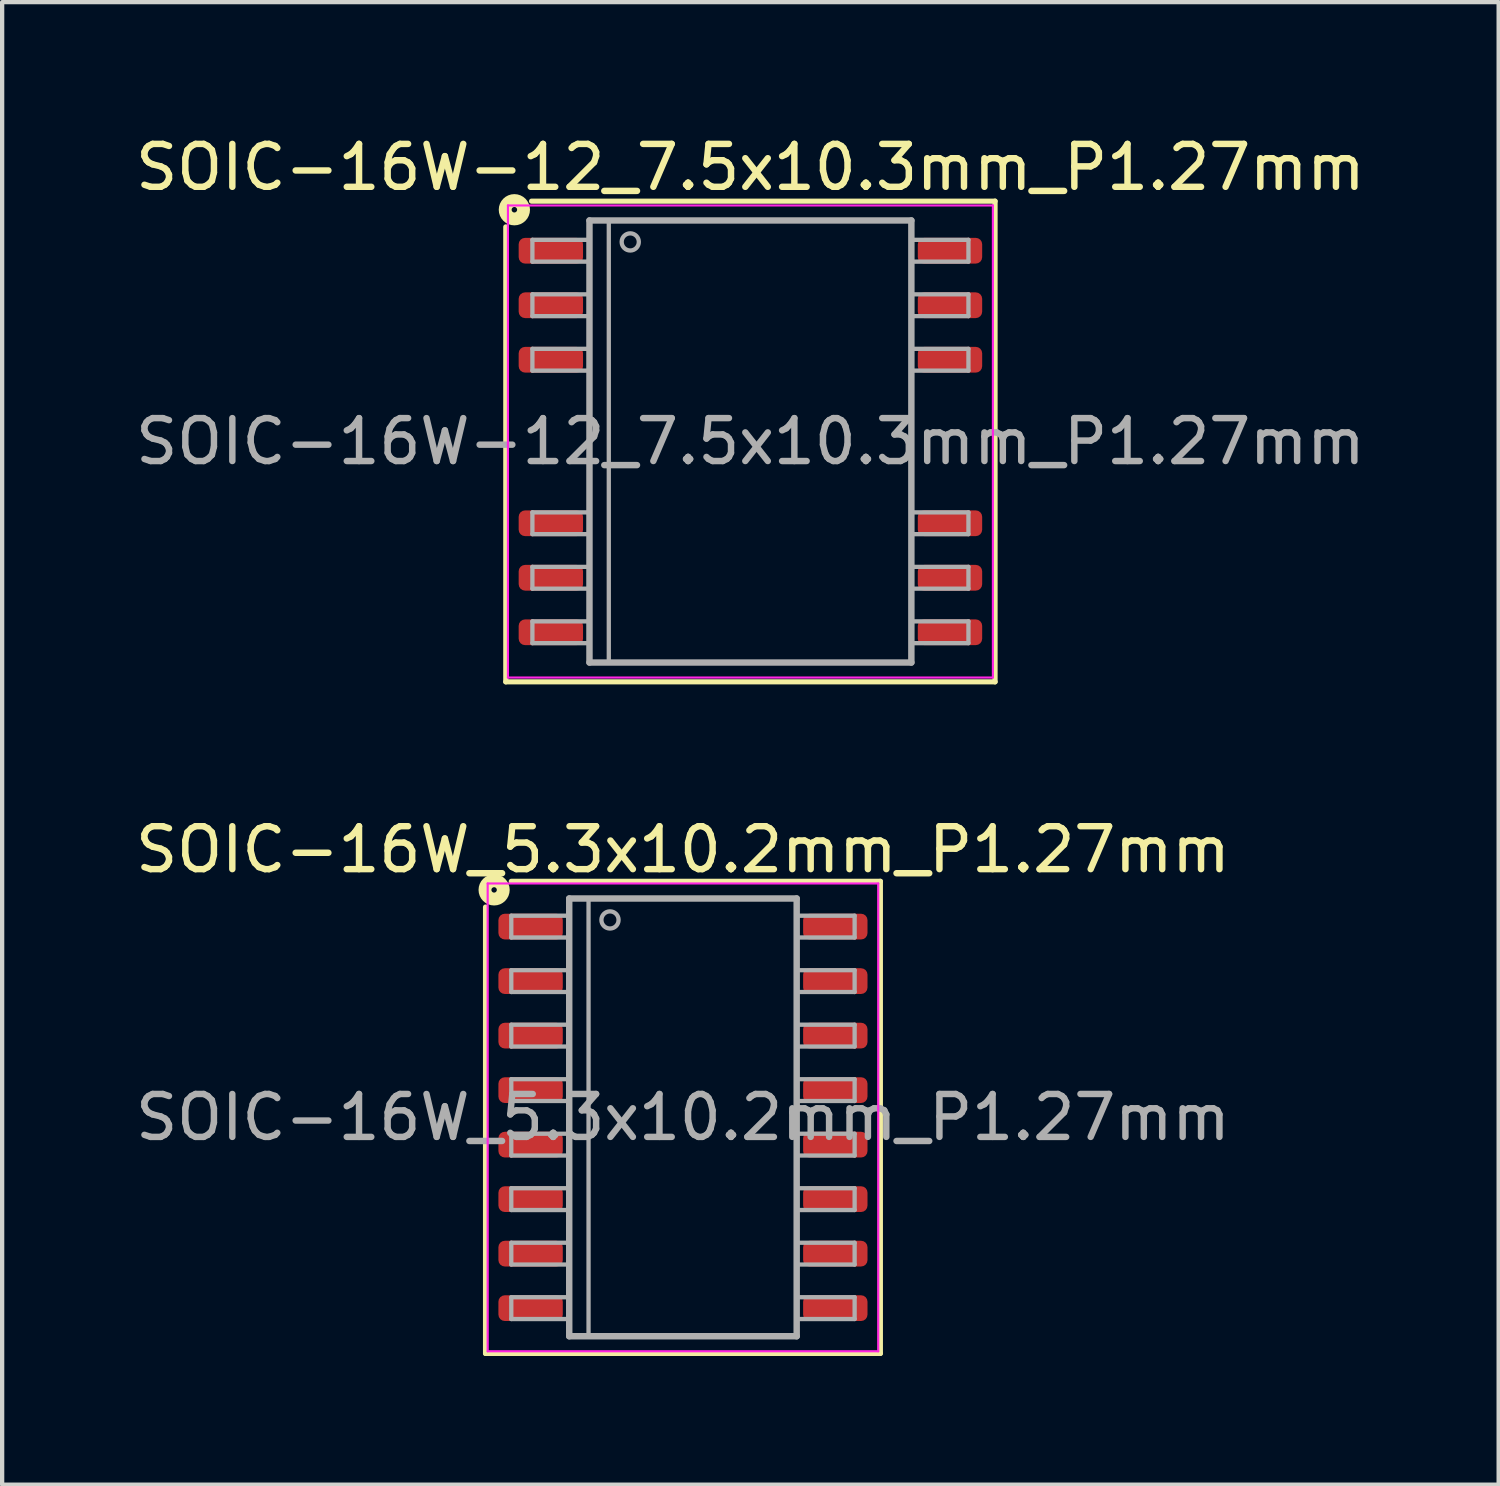
<source format=kicad_pcb>
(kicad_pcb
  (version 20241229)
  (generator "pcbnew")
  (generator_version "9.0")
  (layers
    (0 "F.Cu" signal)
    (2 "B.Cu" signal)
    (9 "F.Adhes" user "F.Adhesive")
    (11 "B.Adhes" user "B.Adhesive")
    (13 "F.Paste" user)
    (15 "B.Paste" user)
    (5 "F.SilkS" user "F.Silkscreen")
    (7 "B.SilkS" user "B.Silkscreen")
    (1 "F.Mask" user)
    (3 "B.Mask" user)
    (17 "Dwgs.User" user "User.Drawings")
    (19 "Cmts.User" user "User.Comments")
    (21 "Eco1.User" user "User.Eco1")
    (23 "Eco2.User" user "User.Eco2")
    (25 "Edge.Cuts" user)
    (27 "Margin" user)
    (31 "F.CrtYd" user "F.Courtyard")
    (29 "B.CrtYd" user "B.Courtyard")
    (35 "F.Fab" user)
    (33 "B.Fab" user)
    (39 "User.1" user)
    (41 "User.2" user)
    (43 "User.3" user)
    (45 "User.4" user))
  (footprint "SOIC-16W_5.3x10.2mm_P1.27mm"
    (layer "F.Cu")
    (at 12.863 22.985)
    (property "Reference" "SOIC-16W_5.3x10.2mm_P1.27mm" (at 0 -6.239 0) (layer "F.SilkS") (effects (font (size 1 1) (thickness 0.15))))
    (attr smd)
    (fp_line (start -4.6 -4.9) (end -4.6 5.5) (stroke (width 0.12) (type solid)) (layer "F.SilkS"))
    (fp_line (start -4.6 5.5) (end 4.6 5.5) (stroke (width 0.12) (type solid)) (layer "F.SilkS"))
    (fp_line (start 4.6 -5.5) (end -4 -5.5) (stroke (width 0.12) (type solid)) (layer "F.SilkS"))
    (fp_line (start 4.6 5.5) (end 4.6 -5.5) (stroke (width 0.12) (type solid)) (layer "F.SilkS"))
    (fp_circle (center -4.4 -5.3) (end -4.337 -5.3) (stroke (width 0.3) (type solid)) (fill no) (layer "F.SilkS"))
    (fp_line (start -4.55 -5.45) (end -4.55 5.45) (stroke (width 0.05) (type solid)) (layer "F.CrtYd"))
    (fp_line (start -4.55 -5.45) (end 4.55 -5.45) (stroke (width 0.05) (type solid)) (layer "F.CrtYd"))
    (fp_line (start -4.55 5.45) (end 4.55 5.45) (stroke (width 0.05) (type solid)) (layer "F.CrtYd"))
    (fp_line (start 4.55 -5.45) (end 4.55 5.45) (stroke (width 0.05) (type solid)) (layer "F.CrtYd"))
    (fp_line (start -4 -4.699) (end -4 -4.191) (stroke (width 0.1) (type solid)) (layer "F.Fab"))
    (fp_line (start -4 -4.699) (end -2.667 -4.699) (stroke (width 0.1) (type solid)) (layer "F.Fab"))
    (fp_line (start -4 -4.191) (end -2.667 -4.191) (stroke (width 0.1) (type solid)) (layer "F.Fab"))
    (fp_line (start -4 -3.429) (end -4 -2.921) (stroke (width 0.1) (type solid)) (layer "F.Fab"))
    (fp_line (start -4 -3.429) (end -2.667 -3.429) (stroke (width 0.1) (type solid)) (layer "F.Fab"))
    (fp_line (start -4 -2.921) (end -2.667 -2.921) (stroke (width 0.1) (type solid)) (layer "F.Fab"))
    (fp_line (start -4 -2.159) (end -4 -1.651) (stroke (width 0.1) (type solid)) (layer "F.Fab"))
    (fp_line (start -4 -2.159) (end -2.667 -2.159) (stroke (width 0.1) (type solid)) (layer "F.Fab"))
    (fp_line (start -4 -1.651) (end -2.667 -1.651) (stroke (width 0.1) (type solid)) (layer "F.Fab"))
    (fp_line (start -4 -0.889) (end -4 -0.381) (stroke (width 0.1) (type solid)) (layer "F.Fab"))
    (fp_line (start -4 -0.889) (end -2.667 -0.889) (stroke (width 0.1) (type solid)) (layer "F.Fab"))
    (fp_line (start -4 -0.381) (end -2.667 -0.381) (stroke (width 0.1) (type solid)) (layer "F.Fab"))
    (fp_line (start -4 0.381) (end -4 0.889) (stroke (width 0.1) (type solid)) (layer "F.Fab"))
    (fp_line (start -4 0.381) (end -2.667 0.381) (stroke (width 0.1) (type solid)) (layer "F.Fab"))
    (fp_line (start -4 0.889) (end -2.667 0.889) (stroke (width 0.1) (type solid)) (layer "F.Fab"))
    (fp_line (start -4 1.651) (end -4 2.159) (stroke (width 0.1) (type solid)) (layer "F.Fab"))
    (fp_line (start -4 1.651) (end -2.667 1.651) (stroke (width 0.1) (type solid)) (layer "F.Fab"))
    (fp_line (start -4 2.159) (end -2.667 2.159) (stroke (width 0.1) (type solid)) (layer "F.Fab"))
    (fp_line (start -4 2.921) (end -4 3.429) (stroke (width 0.1) (type solid)) (layer "F.Fab"))
    (fp_line (start -4 2.921) (end -2.667 2.921) (stroke (width 0.1) (type solid)) (layer "F.Fab"))
    (fp_line (start -4 3.429) (end -2.667 3.429) (stroke (width 0.1) (type solid)) (layer "F.Fab"))
    (fp_line (start -4 4.191) (end -4 4.699) (stroke (width 0.1) (type solid)) (layer "F.Fab"))
    (fp_line (start -4 4.191) (end -2.667 4.191) (stroke (width 0.1) (type solid)) (layer "F.Fab"))
    (fp_line (start -4 4.699) (end -2.667 4.699) (stroke (width 0.1) (type solid)) (layer "F.Fab"))
    (fp_line (start -2.65 -5.1) (end 2.65 -5.1) (stroke (width 0.15) (type solid)) (layer "F.Fab"))
    (fp_line (start -2.65 5.1) (end -2.65 -5.1) (stroke (width 0.15) (type solid)) (layer "F.Fab"))
    (fp_line (start -2.2 -5.1) (end -2.2 5.1) (stroke (width 0.1) (type solid)) (layer "F.Fab"))
    (fp_line (start 2.65 -5.1) (end 2.65 5.1) (stroke (width 0.15) (type solid)) (layer "F.Fab"))
    (fp_line (start 2.65 5.1) (end -2.65 5.1) (stroke (width 0.15) (type solid)) (layer "F.Fab"))
    (fp_line (start 4 -4.699) (end 2.667 -4.699) (stroke (width 0.1) (type solid)) (layer "F.Fab"))
    (fp_line (start 4 -4.191) (end 2.667 -4.191) (stroke (width 0.1) (type solid)) (layer "F.Fab"))
    (fp_line (start 4 -4.191) (end 4 -4.699) (stroke (width 0.1) (type solid)) (layer "F.Fab"))
    (fp_line (start 4 -3.429) (end 2.667 -3.429) (stroke (width 0.1) (type solid)) (layer "F.Fab"))
    (fp_line (start 4 -2.921) (end 2.667 -2.921) (stroke (width 0.1) (type solid)) (layer "F.Fab"))
    (fp_line (start 4 -2.921) (end 4 -3.429) (stroke (width 0.1) (type solid)) (layer "F.Fab"))
    (fp_line (start 4 -2.159) (end 2.667 -2.159) (stroke (width 0.1) (type solid)) (layer "F.Fab"))
    (fp_line (start 4 -1.651) (end 2.667 -1.651) (stroke (width 0.1) (type solid)) (layer "F.Fab"))
    (fp_line (start 4 -1.651) (end 4 -2.159) (stroke (width 0.1) (type solid)) (layer "F.Fab"))
    (fp_line (start 4 -0.889) (end 2.667 -0.889) (stroke (width 0.1) (type solid)) (layer "F.Fab"))
    (fp_line (start 4 -0.381) (end 2.667 -0.381) (stroke (width 0.1) (type solid)) (layer "F.Fab"))
    (fp_line (start 4 -0.381) (end 4 -0.889) (stroke (width 0.1) (type solid)) (layer "F.Fab"))
    (fp_line (start 4 0.381) (end 2.667 0.381) (stroke (width 0.1) (type solid)) (layer "F.Fab"))
    (fp_line (start 4 0.889) (end 2.667 0.889) (stroke (width 0.1) (type solid)) (layer "F.Fab"))
    (fp_line (start 4 0.889) (end 4 0.381) (stroke (width 0.1) (type solid)) (layer "F.Fab"))
    (fp_line (start 4 1.651) (end 2.667 1.651) (stroke (width 0.1) (type solid)) (layer "F.Fab"))
    (fp_line (start 4 2.159) (end 2.667 2.159) (stroke (width 0.1) (type solid)) (layer "F.Fab"))
    (fp_line (start 4 2.159) (end 4 1.651) (stroke (width 0.1) (type solid)) (layer "F.Fab"))
    (fp_line (start 4 2.921) (end 2.667 2.921) (stroke (width 0.1) (type solid)) (layer "F.Fab"))
    (fp_line (start 4 3.429) (end 2.667 3.429) (stroke (width 0.1) (type solid)) (layer "F.Fab"))
    (fp_line (start 4 3.429) (end 4 2.921) (stroke (width 0.1) (type solid)) (layer "F.Fab"))
    (fp_line (start 4 4.191) (end 2.667 4.191) (stroke (width 0.1) (type solid)) (layer "F.Fab"))
    (fp_line (start 4 4.699) (end 2.667 4.699) (stroke (width 0.1) (type solid)) (layer "F.Fab"))
    (fp_line (start 4 4.699) (end 4 4.191) (stroke (width 0.1) (type solid)) (layer "F.Fab"))
    (fp_circle (center -1.7 -4.6) (end -1.5 -4.6) (stroke (width 0.1) (type solid)) (fill no) (layer "F.Fab"))
    (fp_text user "${REFERENCE}" (at 0 0 0) (layer "F.Fab") (effects (font (size 1 1) (thickness 0.15))))
    (pad "1" smd roundrect (at -3.55 -4.445) (size 1.5 0.6) (layers "F.Cu" "F.Mask" "F.Paste") (roundrect_rratio 0.25))
    (pad "2" smd roundrect (at -3.55 -3.175) (size 1.5 0.6) (layers "F.Cu" "F.Mask" "F.Paste") (roundrect_rratio 0.25))
    (pad "3" smd roundrect (at -3.55 -1.905) (size 1.5 0.6) (layers "F.Cu" "F.Mask" "F.Paste") (roundrect_rratio 0.25))
    (pad "4" smd roundrect (at -3.55 -0.635) (size 1.5 0.6) (layers "F.Cu" "F.Mask" "F.Paste") (roundrect_rratio 0.25))
    (pad "5" smd roundrect (at -3.55 0.635) (size 1.5 0.6) (layers "F.Cu" "F.Mask" "F.Paste") (roundrect_rratio 0.25))
    (pad "6" smd roundrect (at -3.55 1.905) (size 1.5 0.6) (layers "F.Cu" "F.Mask" "F.Paste") (roundrect_rratio 0.25))
    (pad "7" smd roundrect (at -3.55 3.175) (size 1.5 0.6) (layers "F.Cu" "F.Mask" "F.Paste") (roundrect_rratio 0.25))
    (pad "8" smd roundrect (at -3.55 4.445) (size 1.5 0.6) (layers "F.Cu" "F.Mask" "F.Paste") (roundrect_rratio 0.25))
    (pad "9" smd roundrect (at 3.55 4.445) (size 1.5 0.6) (layers "F.Cu" "F.Mask" "F.Paste") (roundrect_rratio 0.25))
    (pad "10" smd roundrect (at 3.55 3.175) (size 1.5 0.6) (layers "F.Cu" "F.Mask" "F.Paste") (roundrect_rratio 0.25))
    (pad "11" smd roundrect (at 3.55 1.905) (size 1.5 0.6) (layers "F.Cu" "F.Mask" "F.Paste") (roundrect_rratio 0.25))
    (pad "12" smd roundrect (at 3.55 0.635) (size 1.5 0.6) (layers "F.Cu" "F.Mask" "F.Paste") (roundrect_rratio 0.25))
    (pad "13" smd roundrect (at 3.55 -0.635) (size 1.5 0.6) (layers "F.Cu" "F.Mask" "F.Paste") (roundrect_rratio 0.25))
    (pad "14" smd roundrect (at 3.55 -1.905) (size 1.5 0.6) (layers "F.Cu" "F.Mask" "F.Paste") (roundrect_rratio 0.25))
    (pad "15" smd roundrect (at 3.55 -3.175) (size 1.5 0.6) (layers "F.Cu" "F.Mask" "F.Paste") (roundrect_rratio 0.25))
    (pad "16" smd roundrect (at 3.55 -4.445) (size 1.5 0.6) (layers "F.Cu" "F.Mask" "F.Paste") (roundrect_rratio 0.25)))
  (footprint "SOIC-16W-12_7.5x10.3mm_P1.27mm"
    (layer "F.Cu")
    (at 14.435 7.237)
    (property "Reference" "SOIC-16W-12_7.5x10.3mm_P1.27mm" (at 0 -6.389 0) (layer "F.SilkS") (effects (font (size 1 1) (thickness 0.15))))
    (attr smd)
    (fp_line (start -5.7 -5) (end -5.7 5.6) (stroke (width 0.12) (type solid)) (layer "F.SilkS"))
    (fp_line (start -5.7 5.6) (end 5.7 5.6) (stroke (width 0.12) (type solid)) (layer "F.SilkS"))
    (fp_line (start 5.7 -5.6) (end -5.1 -5.6) (stroke (width 0.12) (type solid)) (layer "F.SilkS"))
    (fp_line (start 5.7 5.6) (end 5.7 -5.6) (stroke (width 0.12) (type solid)) (layer "F.SilkS"))
    (fp_circle (center -5.5 -5.4) (end -5.436 -5.4) (stroke (width 0.3) (type solid)) (fill no) (layer "F.SilkS"))
    (fp_line (start -5.65 -5.5) (end -5.65 5.5) (stroke (width 0.05) (type solid)) (layer "F.CrtYd"))
    (fp_line (start -5.65 -5.5) (end 5.65 -5.5) (stroke (width 0.05) (type solid)) (layer "F.CrtYd"))
    (fp_line (start -5.65 5.5) (end 5.65 5.5) (stroke (width 0.05) (type solid)) (layer "F.CrtYd"))
    (fp_line (start 5.65 -5.5) (end 5.65 5.5) (stroke (width 0.05) (type solid)) (layer "F.CrtYd"))
    (fp_line (start -5.08 -4.699) (end -5.08 -4.191) (stroke (width 0.1) (type solid)) (layer "F.Fab"))
    (fp_line (start -5.08 -4.699) (end -3.747 -4.699) (stroke (width 0.1) (type solid)) (layer "F.Fab"))
    (fp_line (start -5.08 -4.191) (end -3.747 -4.191) (stroke (width 0.1) (type solid)) (layer "F.Fab"))
    (fp_line (start -5.08 -3.429) (end -5.08 -2.921) (stroke (width 0.1) (type solid)) (layer "F.Fab"))
    (fp_line (start -5.08 -3.429) (end -3.747 -3.429) (stroke (width 0.1) (type solid)) (layer "F.Fab"))
    (fp_line (start -5.08 -2.921) (end -3.747 -2.921) (stroke (width 0.1) (type solid)) (layer "F.Fab"))
    (fp_line (start -5.08 -2.159) (end -5.08 -1.651) (stroke (width 0.1) (type solid)) (layer "F.Fab"))
    (fp_line (start -5.08 -2.159) (end -3.747 -2.159) (stroke (width 0.1) (type solid)) (layer "F.Fab"))
    (fp_line (start -5.08 -1.651) (end -3.747 -1.651) (stroke (width 0.1) (type solid)) (layer "F.Fab"))
    (fp_line (start -5.08 1.651) (end -5.08 2.159) (stroke (width 0.1) (type solid)) (layer "F.Fab"))
    (fp_line (start -5.08 1.651) (end -3.747 1.651) (stroke (width 0.1) (type solid)) (layer "F.Fab"))
    (fp_line (start -5.08 2.159) (end -3.747 2.159) (stroke (width 0.1) (type solid)) (layer "F.Fab"))
    (fp_line (start -5.08 2.921) (end -5.08 3.429) (stroke (width 0.1) (type solid)) (layer "F.Fab"))
    (fp_line (start -5.08 2.921) (end -3.747 2.921) (stroke (width 0.1) (type solid)) (layer "F.Fab"))
    (fp_line (start -5.08 3.429) (end -3.747 3.429) (stroke (width 0.1) (type solid)) (layer "F.Fab"))
    (fp_line (start -5.08 4.191) (end -5.08 4.699) (stroke (width 0.1) (type solid)) (layer "F.Fab"))
    (fp_line (start -5.08 4.191) (end -3.747 4.191) (stroke (width 0.1) (type solid)) (layer "F.Fab"))
    (fp_line (start -5.08 4.699) (end -3.747 4.699) (stroke (width 0.1) (type solid)) (layer "F.Fab"))
    (fp_line (start -3.75 -5.15) (end 3.75 -5.15) (stroke (width 0.15) (type solid)) (layer "F.Fab"))
    (fp_line (start -3.75 5.15) (end -3.75 -5.15) (stroke (width 0.15) (type solid)) (layer "F.Fab"))
    (fp_line (start -3.3 -5.15) (end -3.3 5.1) (stroke (width 0.1) (type solid)) (layer "F.Fab"))
    (fp_line (start 3.75 -5.15) (end 3.75 5.15) (stroke (width 0.15) (type solid)) (layer "F.Fab"))
    (fp_line (start 3.75 5.15) (end -3.75 5.15) (stroke (width 0.15) (type solid)) (layer "F.Fab"))
    (fp_line (start 5.08 -4.699) (end 3.747 -4.699) (stroke (width 0.1) (type solid)) (layer "F.Fab"))
    (fp_line (start 5.08 -4.191) (end 3.747 -4.191) (stroke (width 0.1) (type solid)) (layer "F.Fab"))
    (fp_line (start 5.08 -4.191) (end 5.08 -4.699) (stroke (width 0.1) (type solid)) (layer "F.Fab"))
    (fp_line (start 5.08 -3.429) (end 3.747 -3.429) (stroke (width 0.1) (type solid)) (layer "F.Fab"))
    (fp_line (start 5.08 -2.921) (end 3.747 -2.921) (stroke (width 0.1) (type solid)) (layer "F.Fab"))
    (fp_line (start 5.08 -2.921) (end 5.08 -3.429) (stroke (width 0.1) (type solid)) (layer "F.Fab"))
    (fp_line (start 5.08 -2.159) (end 3.747 -2.159) (stroke (width 0.1) (type solid)) (layer "F.Fab"))
    (fp_line (start 5.08 -1.651) (end 3.747 -1.651) (stroke (width 0.1) (type solid)) (layer "F.Fab"))
    (fp_line (start 5.08 -1.651) (end 5.08 -2.159) (stroke (width 0.1) (type solid)) (layer "F.Fab"))
    (fp_line (start 5.08 1.651) (end 3.747 1.651) (stroke (width 0.1) (type solid)) (layer "F.Fab"))
    (fp_line (start 5.08 2.159) (end 3.747 2.159) (stroke (width 0.1) (type solid)) (layer "F.Fab"))
    (fp_line (start 5.08 2.159) (end 5.08 1.651) (stroke (width 0.1) (type solid)) (layer "F.Fab"))
    (fp_line (start 5.08 2.921) (end 3.747 2.921) (stroke (width 0.1) (type solid)) (layer "F.Fab"))
    (fp_line (start 5.08 3.429) (end 3.747 3.429) (stroke (width 0.1) (type solid)) (layer "F.Fab"))
    (fp_line (start 5.08 3.429) (end 5.08 2.921) (stroke (width 0.1) (type solid)) (layer "F.Fab"))
    (fp_line (start 5.08 4.191) (end 3.747 4.191) (stroke (width 0.1) (type solid)) (layer "F.Fab"))
    (fp_line (start 5.08 4.699) (end 3.747 4.699) (stroke (width 0.1) (type solid)) (layer "F.Fab"))
    (fp_line (start 5.08 4.699) (end 5.08 4.191) (stroke (width 0.1) (type solid)) (layer "F.Fab"))
    (fp_circle (center -2.8 -4.65) (end -2.6 -4.65) (stroke (width 0.1) (type solid)) (fill no) (layer "F.Fab"))
    (fp_text user "${REFERENCE}" (at 0 0 0) (layer "F.Fab") (effects (font (size 1 1) (thickness 0.15))))
    (pad "1" smd roundrect (at -4.65 -4.445) (size 1.5 0.6) (layers "F.Cu" "F.Mask" "F.Paste") (roundrect_rratio 0.25))
    (pad "2" smd roundrect (at -4.65 -3.175) (size 1.5 0.6) (layers "F.Cu" "F.Mask" "F.Paste") (roundrect_rratio 0.25))
    (pad "3" smd roundrect (at -4.65 -1.905) (size 1.5 0.6) (layers "F.Cu" "F.Mask" "F.Paste") (roundrect_rratio 0.25))
    (pad "6" smd roundrect (at -4.65 1.905) (size 1.5 0.6) (layers "F.Cu" "F.Mask" "F.Paste") (roundrect_rratio 0.25))
    (pad "7" smd roundrect (at -4.65 3.175) (size 1.5 0.6) (layers "F.Cu" "F.Mask" "F.Paste") (roundrect_rratio 0.25))
    (pad "8" smd roundrect (at -4.65 4.445) (size 1.5 0.6) (layers "F.Cu" "F.Mask" "F.Paste") (roundrect_rratio 0.25))
    (pad "9" smd roundrect (at 4.65 4.445) (size 1.5 0.6) (layers "F.Cu" "F.Mask" "F.Paste") (roundrect_rratio 0.25))
    (pad "10" smd roundrect (at 4.65 3.175) (size 1.5 0.6) (layers "F.Cu" "F.Mask" "F.Paste") (roundrect_rratio 0.25))
    (pad "11" smd roundrect (at 4.65 1.905) (size 1.5 0.6) (layers "F.Cu" "F.Mask" "F.Paste") (roundrect_rratio 0.25))
    (pad "14" smd roundrect (at 4.65 -1.905) (size 1.5 0.6) (layers "F.Cu" "F.Mask" "F.Paste") (roundrect_rratio 0.25))
    (pad "15" smd roundrect (at 4.65 -3.175) (size 1.5 0.6) (layers "F.Cu" "F.Mask" "F.Paste") (roundrect_rratio 0.25))
    (pad "16" smd roundrect (at 4.65 -4.445) (size 1.5 0.6) (layers "F.Cu" "F.Mask" "F.Paste") (roundrect_rratio 0.25)))
  (gr_rect
    (start -3 -3)
    (end 31.869 31.544)
    (stroke (width 0.1) (type default))
    (fill no)
    (layer "Edge.Cuts")))
</source>
